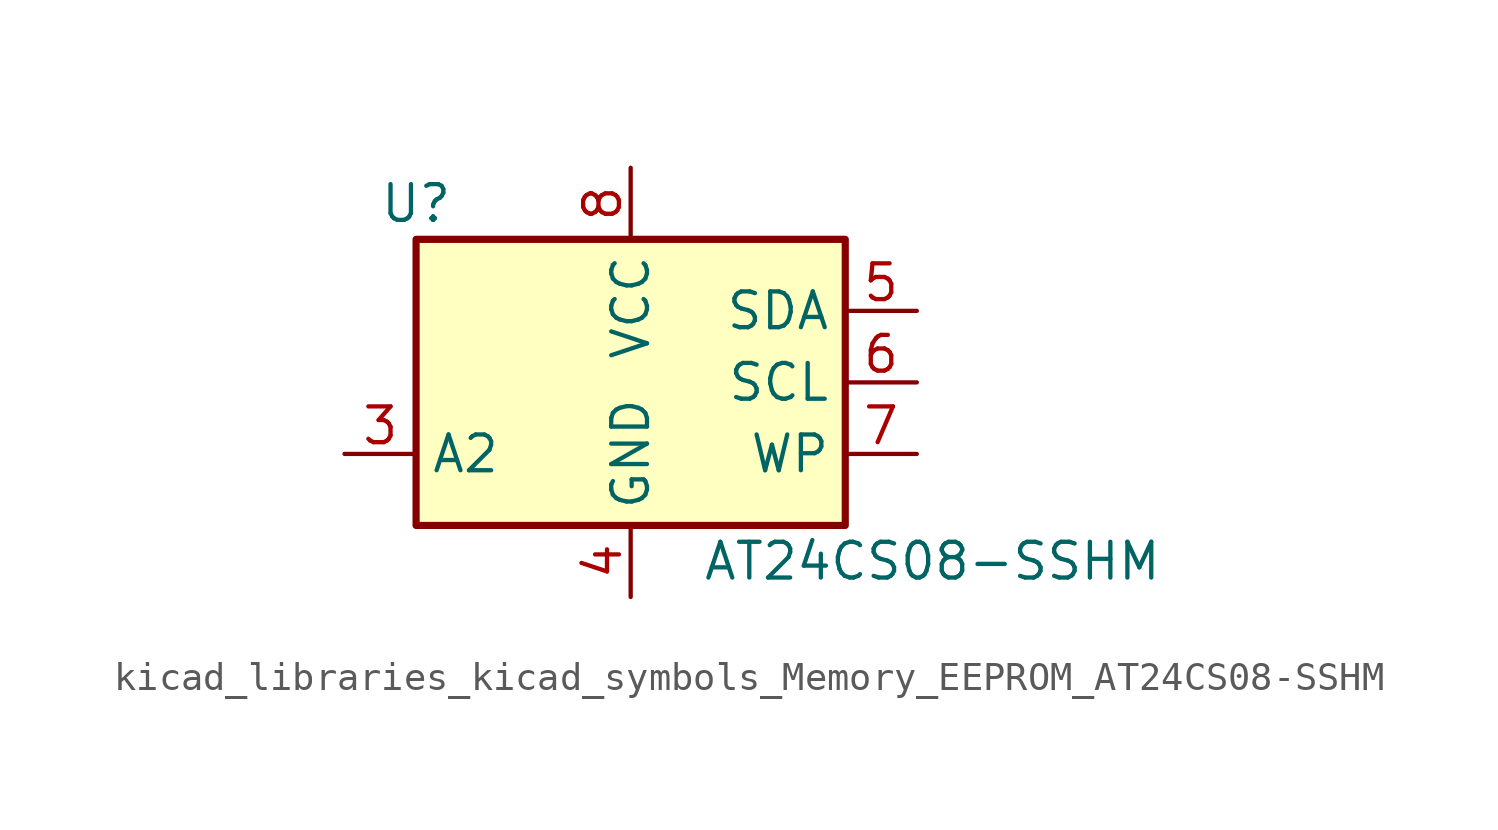
<source format=kicad_sym>
(kicad_symbol_lib
  (version 20220914)
  (generator kicad_symbol_editor)
  (symbol "kicad_libraries_kicad_symbols_Memory_EEPROM_AT24CS08-SSHM"
    (property "Reference" "U"
      (at -7.62 6.35 0)
      (effects (font (size 1.27 1.27))))
    (property "Value" "AT24CS08-SSHM"
      (at 2.54 -6.35 0)
      (effects (font (size 1.27 1.27)) (justify left)))
    (symbol "kicad_libraries_kicad_symbols_Memory_EEPROM_AT24CS08-SSHM_1_1"
      (rectangle (start -7.62 5.08) (end 7.62 -5.08) (stroke (width 0.254) (type default)) (fill (type background)))
      (pin no_connect line (at -7.62 2.54 0) (length 2.54) hide (name "NC" (effects (font (size 1.27 1.27)))) (number "1" (effects (font (size 1.27 1.27)))))
      (pin no_connect line (at -7.62 0 0) (length 2.54) hide (name "NC" (effects (font (size 1.27 1.27)))) (number "2" (effects (font (size 1.27 1.27)))))
      (pin input line (at -10.16 -2.54 0) (length 2.54) (name "A2" (effects (font (size 1.27 1.27)))) (number "3" (effects (font (size 1.27 1.27)))))
      (pin power_in line (at 0 -7.62 90) (length 2.54) (name "GND" (effects (font (size 1.27 1.27)))) (number "4" (effects (font (size 1.27 1.27)))))
      (pin bidirectional line (at 10.16 2.54 180) (length 2.54) (name "SDA" (effects (font (size 1.27 1.27)))) (number "5" (effects (font (size 1.27 1.27)))))
      (pin input line (at 10.16 0 180) (length 2.54) (name "SCL" (effects (font (size 1.27 1.27)))) (number "6" (effects (font (size 1.27 1.27)))))
      (pin input line (at 10.16 -2.54 180) (length 2.54) (name "WP" (effects (font (size 1.27 1.27)))) (number "7" (effects (font (size 1.27 1.27)))))
      (pin power_in line (at 0 7.62 270) (length 2.54) (name "VCC" (effects (font (size 1.27 1.27)))) (number "8" (effects (font (size 1.27 1.27))))))))
</source>
